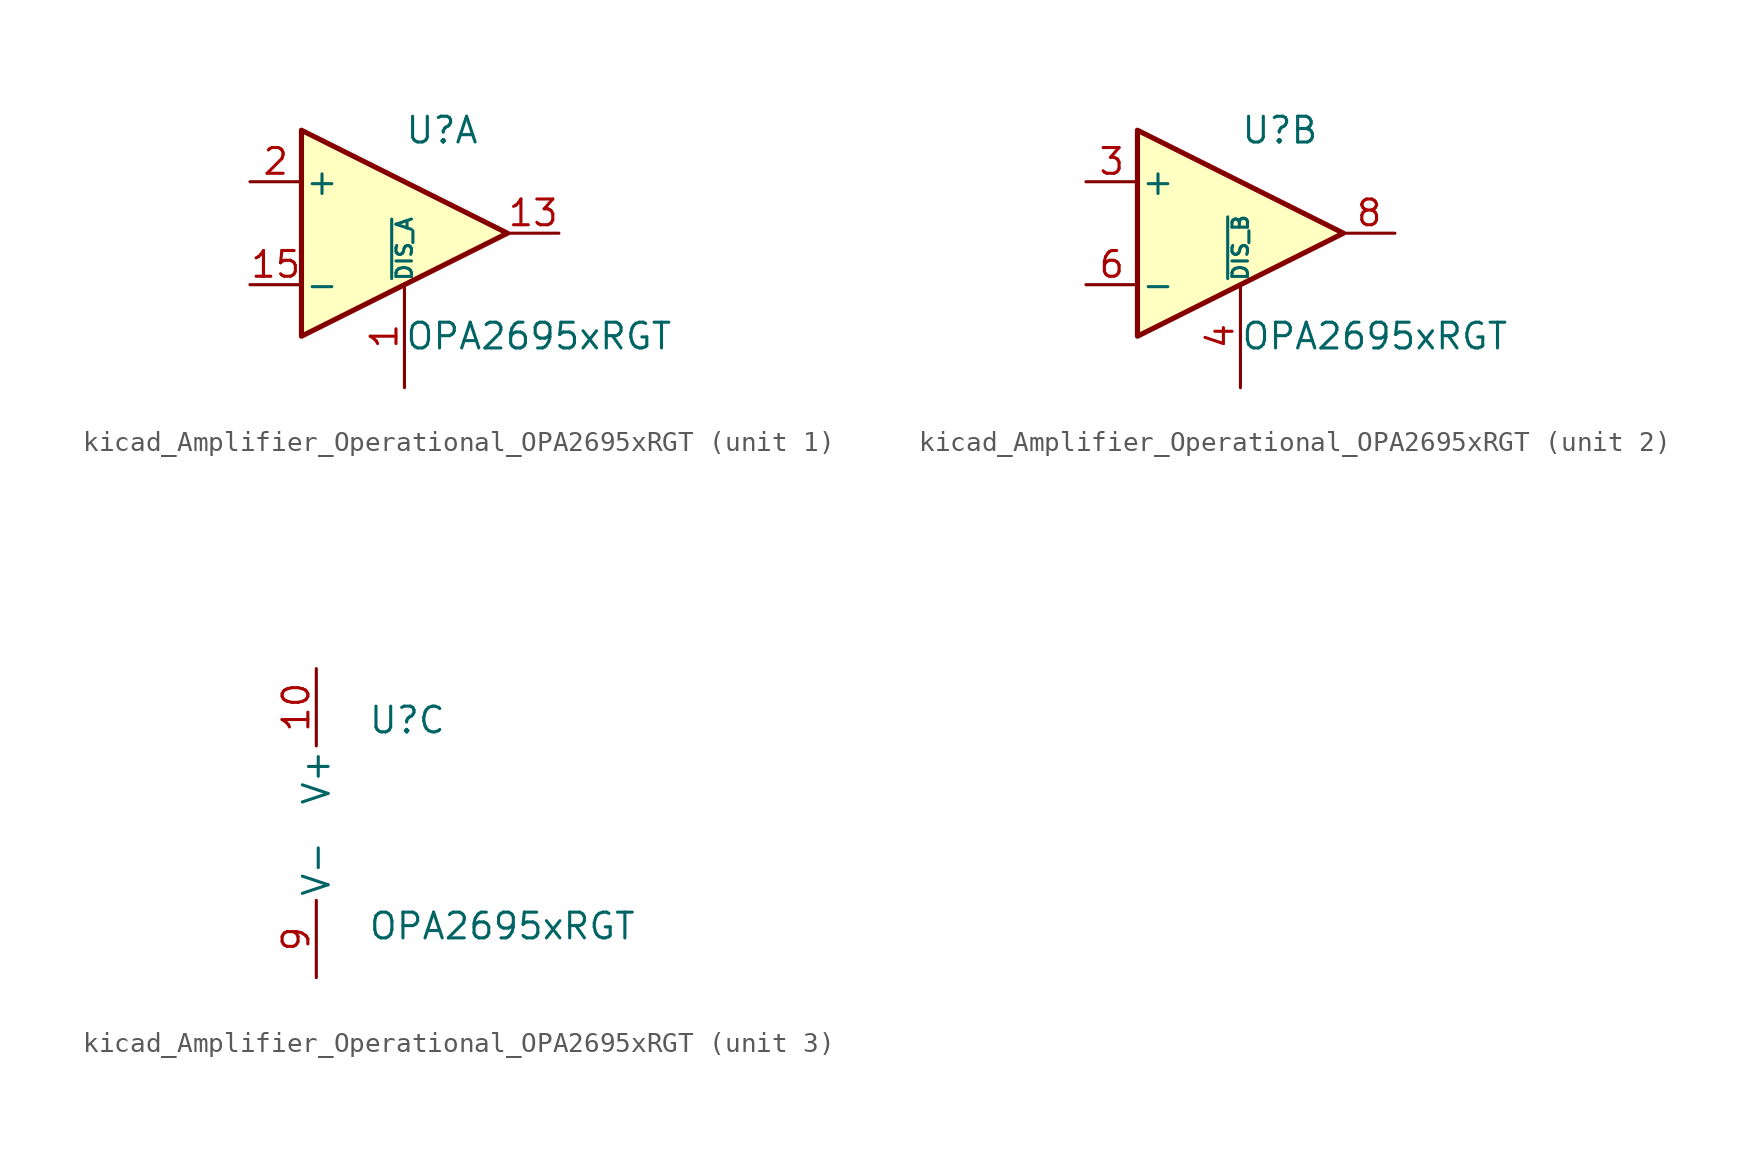
<source format=kicad_sym>
(kicad_symbol_lib
  (version 20220914)
  (generator kicad_symbol_editor)
  (symbol "kicad_Amplifier_Operational_OPA2695xRGT"
    (pin_names
      (offset 0.127))
    (property "Reference" "U"
      (at 0 5.08 0)
      (effects (font (size 1.27 1.27)) (justify left)))
    (property "Value" "OPA2695xRGT"
      (at 0 -5.08 0)
      (effects (font (size 1.27 1.27)) (justify left)))
    (property "ki_locked" ""
      (at 0 0 0)
      (effects (font (size 1.27 1.27))))
    (symbol "kicad_Amplifier_Operational_OPA2695xRGT_1_1"
      (polyline (pts (xy -5.08 5.08) (xy 5.08 0) (xy -5.08 -5.08) (xy -5.08 5.08)) (stroke (width 0.254) (type default)) (fill (type background)))
      (pin input line (at 0 -7.62 90) (length 5.08) (name "~{DIS_A}" (effects (font (size 0.762 0.762)))) (number "1" (effects (font (size 1.27 1.27)))))
      (pin output line (at 7.62 0 180) (length 2.54) (name "~" (effects (font (size 1.27 1.27)))) (number "13" (effects (font (size 1.27 1.27)))))
      (pin no_connect line (at 0 -2.54 90) (length 2.54) hide (name "NC" (effects (font (size 1.27 1.27)))) (number "14" (effects (font (size 1.27 1.27)))))
      (pin input line (at -7.62 -2.54 0) (length 2.54) (name "-" (effects (font (size 1.27 1.27)))) (number "15" (effects (font (size 1.27 1.27)))))
      (pin input line (at -7.62 2.54 0) (length 2.54) (name "+" (effects (font (size 1.27 1.27)))) (number "2" (effects (font (size 1.27 1.27)))))
      (pin no_connect line (at 0 2.54 270) (length 2.54) hide (name "NC" (effects (font (size 1.27 1.27)))) (number "5" (effects (font (size 1.27 1.27))))))
    (symbol "kicad_Amplifier_Operational_OPA2695xRGT_2_1"
      (polyline (pts (xy -5.08 5.08) (xy 5.08 0) (xy -5.08 -5.08) (xy -5.08 5.08)) (stroke (width 0.254) (type default)) (fill (type background)))
      (pin no_connect line (at 0 -2.54 90) (length 2.54) hide (name "NC" (effects (font (size 1.27 1.27)))) (number "16" (effects (font (size 1.27 1.27)))))
      (pin input line (at -7.62 2.54 0) (length 2.54) (name "+" (effects (font (size 1.27 1.27)))) (number "3" (effects (font (size 1.27 1.27)))))
      (pin input line (at 0 -7.62 90) (length 5.08) (name "~{DIS_B}" (effects (font (size 0.762 0.762)))) (number "4" (effects (font (size 1.27 1.27)))))
      (pin input line (at -7.62 -2.54 0) (length 2.54) (name "-" (effects (font (size 1.27 1.27)))) (number "6" (effects (font (size 1.27 1.27)))))
      (pin no_connect line (at 0 2.54 270) (length 2.54) hide (name "NC" (effects (font (size 1.27 1.27)))) (number "7" (effects (font (size 1.27 1.27)))))
      (pin output line (at 7.62 0 180) (length 2.54) (name "~" (effects (font (size 1.27 1.27)))) (number "8" (effects (font (size 1.27 1.27))))))
    (symbol "kicad_Amplifier_Operational_OPA2695xRGT_3_1"
      (pin power_in line (at -2.54 7.62 270) (length 3.81) (name "V+" (effects (font (size 1.27 1.27)))) (number "10" (effects (font (size 1.27 1.27)))))
      (pin passive line (at -2.54 7.62 90) (length 3.81) hide (name "V+" (effects (font (size 1.27 1.27)))) (number "11" (effects (font (size 1.27 1.27)))))
      (pin passive line (at -2.54 -7.62 90) (length 3.81) hide (name "V-" (effects (font (size 1.27 1.27)))) (number "12" (effects (font (size 1.27 1.27)))))
      (pin power_in line (at -2.54 -7.62 90) (length 3.81) (name "V-" (effects (font (size 1.27 1.27)))) (number "9" (effects (font (size 1.27 1.27))))))))
</source>
